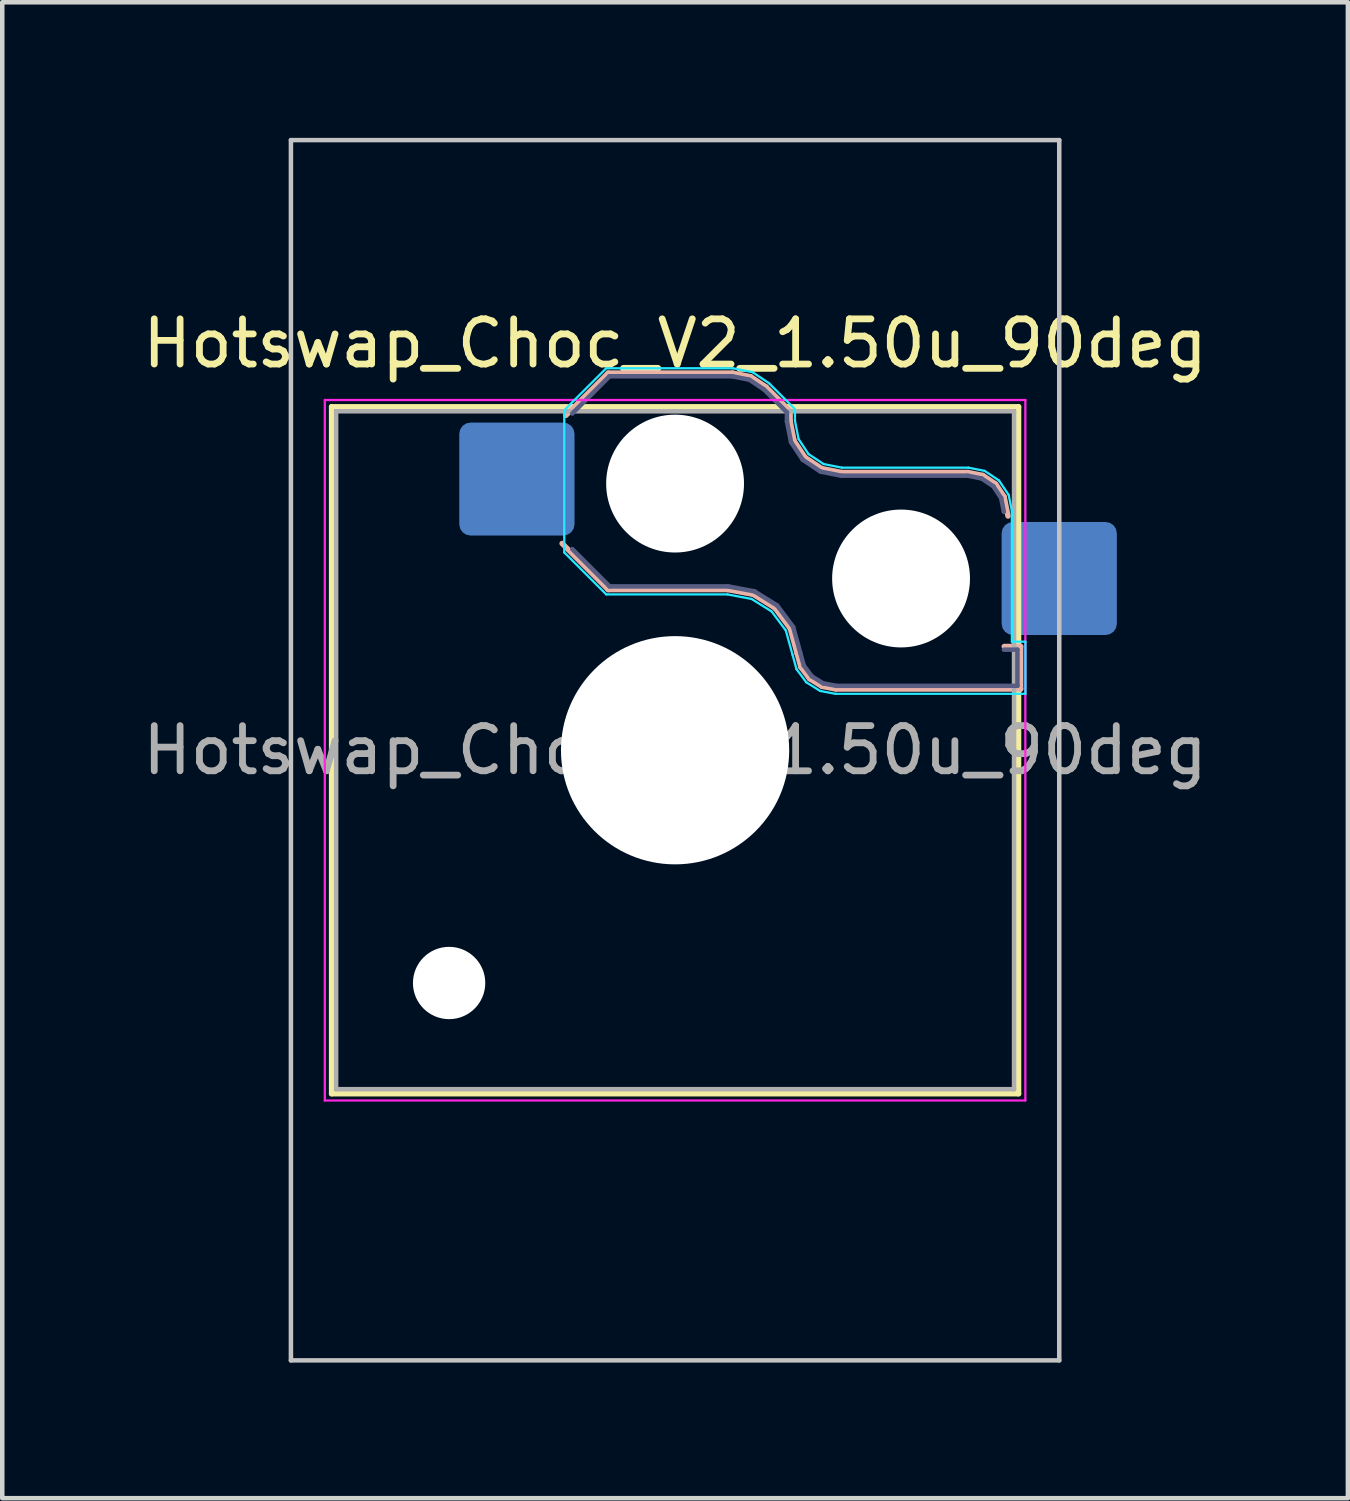
<source format=kicad_pcb>
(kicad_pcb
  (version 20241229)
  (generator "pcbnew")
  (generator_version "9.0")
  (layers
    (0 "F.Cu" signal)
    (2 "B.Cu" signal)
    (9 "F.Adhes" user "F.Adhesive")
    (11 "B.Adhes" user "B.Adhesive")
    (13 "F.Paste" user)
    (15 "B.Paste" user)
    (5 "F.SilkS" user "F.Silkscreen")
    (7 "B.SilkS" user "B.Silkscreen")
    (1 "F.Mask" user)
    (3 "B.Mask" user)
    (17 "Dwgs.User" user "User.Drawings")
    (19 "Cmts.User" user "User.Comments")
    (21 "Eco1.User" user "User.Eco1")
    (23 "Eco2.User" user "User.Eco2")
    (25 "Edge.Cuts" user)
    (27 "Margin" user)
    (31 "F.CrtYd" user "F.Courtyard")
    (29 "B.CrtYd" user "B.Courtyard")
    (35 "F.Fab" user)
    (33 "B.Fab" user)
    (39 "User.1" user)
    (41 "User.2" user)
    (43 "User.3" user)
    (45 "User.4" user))
  (footprint "Hotswap_Choc_V2_1.50u_90deg"
    (layer "F.Cu")
    (at 11.887 13.55)
    (property "Reference" "Hotswap_Choc_V2_1.50u_90deg" (at 0 -9 0) (layer "F.SilkS") (effects (font (size 1 1) (thickness 0.15))))
    (attr smd)
    (fp_line (start -7.6 -7.6) (end -7.6 7.6) (stroke (width 0.12) (type solid)) (layer "F.SilkS"))
    (fp_line (start -7.6 7.6) (end 7.6 7.6) (stroke (width 0.12) (type solid)) (layer "F.SilkS"))
    (fp_line (start 7.6 -7.6) (end -7.6 -7.6) (stroke (width 0.12) (type solid)) (layer "F.SilkS"))
    (fp_line (start 7.6 7.6) (end 7.6 -7.6) (stroke (width 0.12) (type solid)) (layer "F.SilkS"))
    (fp_line (start -2.416 -7.409) (end -1.479 -8.346) (stroke (width 0.12) (type solid)) (layer "B.SilkS"))
    (fp_line (start -1.479 -8.346) (end 1.268 -8.346) (stroke (width 0.12) (type solid)) (layer "B.SilkS"))
    (fp_line (start -1.479 -3.554) (end -2.5 -4.575) (stroke (width 0.12) (type solid)) (layer "B.SilkS"))
    (fp_line (start 1.168 -3.554) (end -1.479 -3.554) (stroke (width 0.12) (type solid)) (layer "B.SilkS"))
    (fp_line (start 1.268 -8.346) (end 1.671 -8.266) (stroke (width 0.12) (type solid)) (layer "B.SilkS"))
    (fp_line (start 1.671 -8.266) (end 2.013 -8.037) (stroke (width 0.12) (type solid)) (layer "B.SilkS"))
    (fp_line (start 1.73 -3.449) (end 1.168 -3.554) (stroke (width 0.12) (type solid)) (layer "B.SilkS"))
    (fp_line (start 2.013 -8.037) (end 2.546 -7.504) (stroke (width 0.12) (type solid)) (layer "B.SilkS"))
    (fp_line (start 2.209 -3.15) (end 1.73 -3.449) (stroke (width 0.12) (type solid)) (layer "B.SilkS"))
    (fp_line (start 2.546 -7.504) (end 2.546 -7.282) (stroke (width 0.12) (type solid)) (layer "B.SilkS"))
    (fp_line (start 2.546 -7.282) (end 2.633 -6.844) (stroke (width 0.12) (type solid)) (layer "B.SilkS"))
    (fp_line (start 2.547 -2.697) (end 2.209 -3.15) (stroke (width 0.12) (type solid)) (layer "B.SilkS"))
    (fp_line (start 2.633 -6.844) (end 2.877 -6.477) (stroke (width 0.12) (type solid)) (layer "B.SilkS"))
    (fp_line (start 2.701 -2.139) (end 2.547 -2.697) (stroke (width 0.12) (type solid)) (layer "B.SilkS"))
    (fp_line (start 2.783 -1.841) (end 2.701 -2.139) (stroke (width 0.12) (type solid)) (layer "B.SilkS"))
    (fp_line (start 2.877 -6.477) (end 3.244 -6.233) (stroke (width 0.12) (type solid)) (layer "B.SilkS"))
    (fp_line (start 2.976 -1.583) (end 2.783 -1.841) (stroke (width 0.12) (type solid)) (layer "B.SilkS"))
    (fp_line (start 3.244 -6.233) (end 3.682 -6.146) (stroke (width 0.12) (type solid)) (layer "B.SilkS"))
    (fp_line (start 3.25 -1.413) (end 2.976 -1.583) (stroke (width 0.12) (type solid)) (layer "B.SilkS"))
    (fp_line (start 3.56 -1.354) (end 3.25 -1.413) (stroke (width 0.12) (type solid)) (layer "B.SilkS"))
    (fp_line (start 3.682 -6.146) (end 6.482 -6.146) (stroke (width 0.12) (type solid)) (layer "B.SilkS"))
    (fp_line (start 6.482 -6.146) (end 6.809 -6.081) (stroke (width 0.12) (type solid)) (layer "B.SilkS"))
    (fp_line (start 6.809 -6.081) (end 7.092 -5.892) (stroke (width 0.12) (type solid)) (layer "B.SilkS"))
    (fp_line (start 7.092 -5.892) (end 7.281 -5.609) (stroke (width 0.12) (type solid)) (layer "B.SilkS"))
    (fp_line (start 7.281 -5.609) (end 7.366 -5.182) (stroke (width 0.12) (type solid)) (layer "B.SilkS"))
    (fp_line (start 7.283 -2.296) (end 7.646 -2.296) (stroke (width 0.12) (type solid)) (layer "B.SilkS"))
    (fp_line (start 7.646 -2.296) (end 7.646 -1.354) (stroke (width 0.12) (type solid)) (layer "B.SilkS"))
    (fp_line (start 7.646 -1.354) (end 3.56 -1.354) (stroke (width 0.12) (type solid)) (layer "B.SilkS"))
    (fp_line (start -8.5 -13.5) (end 8.5 -13.5) (stroke (width 0.1) (type solid)) (layer "Dwgs.User"))
    (fp_line (start -8.5 13.5) (end -8.5 -13.5) (stroke (width 0.1) (type solid)) (layer "Dwgs.User"))
    (fp_line (start 8.5 -13.5) (end 8.5 13.5) (stroke (width 0.1) (type solid)) (layer "Dwgs.User"))
    (fp_line (start 8.5 13.5) (end -8.5 13.5) (stroke (width 0.1) (type solid)) (layer "Dwgs.User"))
    (fp_line (start -7.25 -7.25) (end -7.25 7.25) (stroke (width 0.1) (type solid)) (layer "Eco1.User"))
    (fp_line (start -7.25 7.25) (end 7.25 7.25) (stroke (width 0.1) (type solid)) (layer "Eco1.User"))
    (fp_line (start 7.25 -7.25) (end -7.25 -7.25) (stroke (width 0.1) (type solid)) (layer "Eco1.User"))
    (fp_line (start 7.25 7.25) (end 7.25 -7.25) (stroke (width 0.1) (type solid)) (layer "Eco1.User"))
    (fp_line (start -2.452 -7.523) (end -1.523 -8.452) (stroke (width 0.05) (type solid)) (layer "B.CrtYd"))
    (fp_line (start -2.452 -4.377) (end -2.452 -7.523) (stroke (width 0.05) (type solid)) (layer "B.CrtYd"))
    (fp_line (start -1.523 -8.452) (end 1.278 -8.452) (stroke (width 0.05) (type solid)) (layer "B.CrtYd"))
    (fp_line (start -1.523 -3.448) (end -2.452 -4.377) (stroke (width 0.05) (type solid)) (layer "B.CrtYd"))
    (fp_line (start 1.159 -3.448) (end -1.523 -3.448) (stroke (width 0.05) (type solid)) (layer "B.CrtYd"))
    (fp_line (start 1.278 -8.452) (end 1.712 -8.366) (stroke (width 0.05) (type solid)) (layer "B.CrtYd"))
    (fp_line (start 1.691 -3.348) (end 1.159 -3.448) (stroke (width 0.05) (type solid)) (layer "B.CrtYd"))
    (fp_line (start 1.712 -8.366) (end 2.081 -8.119) (stroke (width 0.05) (type solid)) (layer "B.CrtYd"))
    (fp_line (start 2.081 -8.119) (end 2.652 -7.548) (stroke (width 0.05) (type solid)) (layer "B.CrtYd"))
    (fp_line (start 2.136 -3.071) (end 1.691 -3.348) (stroke (width 0.05) (type solid)) (layer "B.CrtYd"))
    (fp_line (start 2.45 -2.65) (end 2.136 -3.071) (stroke (width 0.05) (type solid)) (layer "B.CrtYd"))
    (fp_line (start 2.599 -2.111) (end 2.45 -2.65) (stroke (width 0.05) (type solid)) (layer "B.CrtYd"))
    (fp_line (start 2.652 -7.548) (end 2.652 -7.292) (stroke (width 0.05) (type solid)) (layer "B.CrtYd"))
    (fp_line (start 2.652 -7.292) (end 2.733 -6.885) (stroke (width 0.05) (type solid)) (layer "B.CrtYd"))
    (fp_line (start 2.687 -1.794) (end 2.599 -2.111) (stroke (width 0.05) (type solid)) (layer "B.CrtYd"))
    (fp_line (start 2.733 -6.885) (end 2.953 -6.553) (stroke (width 0.05) (type solid)) (layer "B.CrtYd"))
    (fp_line (start 2.903 -1.503) (end 2.687 -1.794) (stroke (width 0.05) (type solid)) (layer "B.CrtYd"))
    (fp_line (start 2.953 -6.553) (end 3.285 -6.333) (stroke (width 0.05) (type solid)) (layer "B.CrtYd"))
    (fp_line (start 3.211 -1.312) (end 2.903 -1.503) (stroke (width 0.05) (type solid)) (layer "B.CrtYd"))
    (fp_line (start 3.285 -6.333) (end 3.692 -6.252) (stroke (width 0.05) (type solid)) (layer "B.CrtYd"))
    (fp_line (start 3.55 -1.248) (end 3.211 -1.312) (stroke (width 0.05) (type solid)) (layer "B.CrtYd"))
    (fp_line (start 3.692 -6.252) (end 6.492 -6.252) (stroke (width 0.05) (type solid)) (layer "B.CrtYd"))
    (fp_line (start 6.492 -6.252) (end 6.85 -6.181) (stroke (width 0.05) (type solid)) (layer "B.CrtYd"))
    (fp_line (start 6.85 -6.181) (end 7.168 -5.968) (stroke (width 0.05) (type solid)) (layer "B.CrtYd"))
    (fp_line (start 7.168 -5.968) (end 7.381 -5.65) (stroke (width 0.05) (type solid)) (layer "B.CrtYd"))
    (fp_line (start 7.381 -5.65) (end 7.452 -5.292) (stroke (width 0.05) (type solid)) (layer "B.CrtYd"))
    (fp_line (start 7.452 -5.292) (end 7.452 -2.402) (stroke (width 0.05) (type solid)) (layer "B.CrtYd"))
    (fp_line (start 7.452 -2.402) (end 7.752 -2.402) (stroke (width 0.05) (type solid)) (layer "B.CrtYd"))
    (fp_line (start 7.752 -2.402) (end 7.752 -1.248) (stroke (width 0.05) (type solid)) (layer "B.CrtYd"))
    (fp_line (start 7.752 -1.248) (end 3.55 -1.248) (stroke (width 0.05) (type solid)) (layer "B.CrtYd"))
    (fp_line (start -7.75 -7.75) (end -7.75 7.75) (stroke (width 0.05) (type solid)) (layer "F.CrtYd"))
    (fp_line (start -7.75 7.75) (end 7.75 7.75) (stroke (width 0.05) (type solid)) (layer "F.CrtYd"))
    (fp_line (start 7.75 -7.75) (end -7.75 -7.75) (stroke (width 0.05) (type solid)) (layer "F.CrtYd"))
    (fp_line (start 7.75 7.75) (end 7.75 -7.75) (stroke (width 0.05) (type solid)) (layer "F.CrtYd"))
    (fp_line (start -2.275 -7.45) (end -1.45 -8.275) (stroke (width 0.1) (type solid)) (layer "B.Fab"))
    (fp_line (start -1.45 -8.275) (end 1.261 -8.275) (stroke (width 0.1) (type solid)) (layer "B.Fab"))
    (fp_line (start -1.45 -3.625) (end -2.275 -4.45) (stroke (width 0.1) (type solid)) (layer "B.Fab"))
    (fp_line (start 1.175 -3.625) (end -1.45 -3.625) (stroke (width 0.1) (type solid)) (layer "B.Fab"))
    (fp_line (start 1.261 -8.275) (end 1.643 -8.199) (stroke (width 0.1) (type solid)) (layer "B.Fab"))
    (fp_line (start 1.643 -8.199) (end 1.968 -7.982) (stroke (width 0.1) (type solid)) (layer "B.Fab"))
    (fp_line (start 1.756 -3.516) (end 1.175 -3.625) (stroke (width 0.1) (type solid)) (layer "B.Fab"))
    (fp_line (start 1.968 -7.982) (end 2.475 -7.475) (stroke (width 0.1) (type solid)) (layer "B.Fab"))
    (fp_line (start 2.258 -3.203) (end 1.756 -3.516) (stroke (width 0.1) (type solid)) (layer "B.Fab"))
    (fp_line (start 2.475 -7.475) (end 2.475 -7.275) (stroke (width 0.1) (type solid)) (layer "B.Fab"))
    (fp_line (start 2.475 -7.275) (end 2.566 -6.816) (stroke (width 0.1) (type solid)) (layer "B.Fab"))
    (fp_line (start 2.566 -6.816) (end 2.826 -6.426) (stroke (width 0.1) (type solid)) (layer "B.Fab"))
    (fp_line (start 2.612 -2.729) (end 2.258 -3.203) (stroke (width 0.1) (type solid)) (layer "B.Fab"))
    (fp_line (start 2.769 -2.158) (end 2.612 -2.729) (stroke (width 0.1) (type solid)) (layer "B.Fab"))
    (fp_line (start 2.826 -6.426) (end 3.216 -6.166) (stroke (width 0.1) (type solid)) (layer "B.Fab"))
    (fp_line (start 2.848 -1.873) (end 2.769 -2.158) (stroke (width 0.1) (type solid)) (layer "B.Fab"))
    (fp_line (start 3.025 -1.636) (end 2.848 -1.873) (stroke (width 0.1) (type solid)) (layer "B.Fab"))
    (fp_line (start 3.216 -6.166) (end 3.675 -6.075) (stroke (width 0.1) (type solid)) (layer "B.Fab"))
    (fp_line (start 3.276 -1.48) (end 3.025 -1.636) (stroke (width 0.1) (type solid)) (layer "B.Fab"))
    (fp_line (start 3.567 -1.425) (end 3.276 -1.48) (stroke (width 0.1) (type solid)) (layer "B.Fab"))
    (fp_line (start 3.675 -6.075) (end 6.475 -6.075) (stroke (width 0.1) (type solid)) (layer "B.Fab"))
    (fp_line (start 6.475 -6.075) (end 6.781 -6.014) (stroke (width 0.1) (type solid)) (layer "B.Fab"))
    (fp_line (start 6.781 -6.014) (end 7.041 -5.841) (stroke (width 0.1) (type solid)) (layer "B.Fab"))
    (fp_line (start 7.041 -5.841) (end 7.214 -5.581) (stroke (width 0.1) (type solid)) (layer "B.Fab"))
    (fp_line (start 7.214 -5.581) (end 7.275 -5.275) (stroke (width 0.1) (type solid)) (layer "B.Fab"))
    (fp_line (start 7.275 -2.225) (end 7.575 -2.225) (stroke (width 0.1) (type solid)) (layer "B.Fab"))
    (fp_line (start 7.575 -2.225) (end 7.575 -1.425) (stroke (width 0.1) (type solid)) (layer "B.Fab"))
    (fp_line (start 7.575 -1.425) (end 3.567 -1.425) (stroke (width 0.1) (type solid)) (layer "B.Fab"))
    (fp_line (start -7.5 -7.5) (end -7.5 7.5) (stroke (width 0.1) (type solid)) (layer "F.Fab"))
    (fp_line (start -7.5 7.5) (end 7.5 7.5) (stroke (width 0.1) (type solid)) (layer "F.Fab"))
    (fp_line (start 7.5 -7.5) (end -7.5 -7.5) (stroke (width 0.1) (type solid)) (layer "F.Fab"))
    (fp_line (start 7.5 7.5) (end 7.5 -7.5) (stroke (width 0.1) (type solid)) (layer "F.Fab"))
    (fp_text user "${REFERENCE}" (at 0 0 0) (layer "F.Fab") (effects (font (size 1 1) (thickness 0.15))))
    (pad "" np_thru_hole circle (at -5 5.15) (size 1.6 1.6) (drill 1.6) (layers "*.Cu" "*.Mask"))
    (pad "" np_thru_hole circle (at 0 -5.9) (size 3.05 3.05) (drill 3.05) (layers "*.Cu" "*.Mask"))
    (pad "" np_thru_hole circle (at 0 0) (size 5.05 5.05) (drill 5.05) (layers "*.Cu" "*.Mask"))
    (pad "" np_thru_hole circle (at 5 -3.8) (size 3.05 3.05) (drill 3.05) (layers "*.Cu" "*.Mask"))
    (pad "1" smd roundrect (at -3.5 -6) (size 2.55 2.5) (layers "B.Cu" "B.Mask" "B.Paste") (roundrect_rratio 0.1))
    (pad "2" smd roundrect (at 8.5 -3.8) (size 2.55 2.5) (layers "B.Cu" "B.Mask" "B.Paste") (roundrect_rratio 0.1)))
  (gr_rect
    (start -3 -3)
    (end 26.774 30.1)
    (stroke (width 0.1) (type default))
    (fill no)
    (layer "Edge.Cuts")))
</source>
